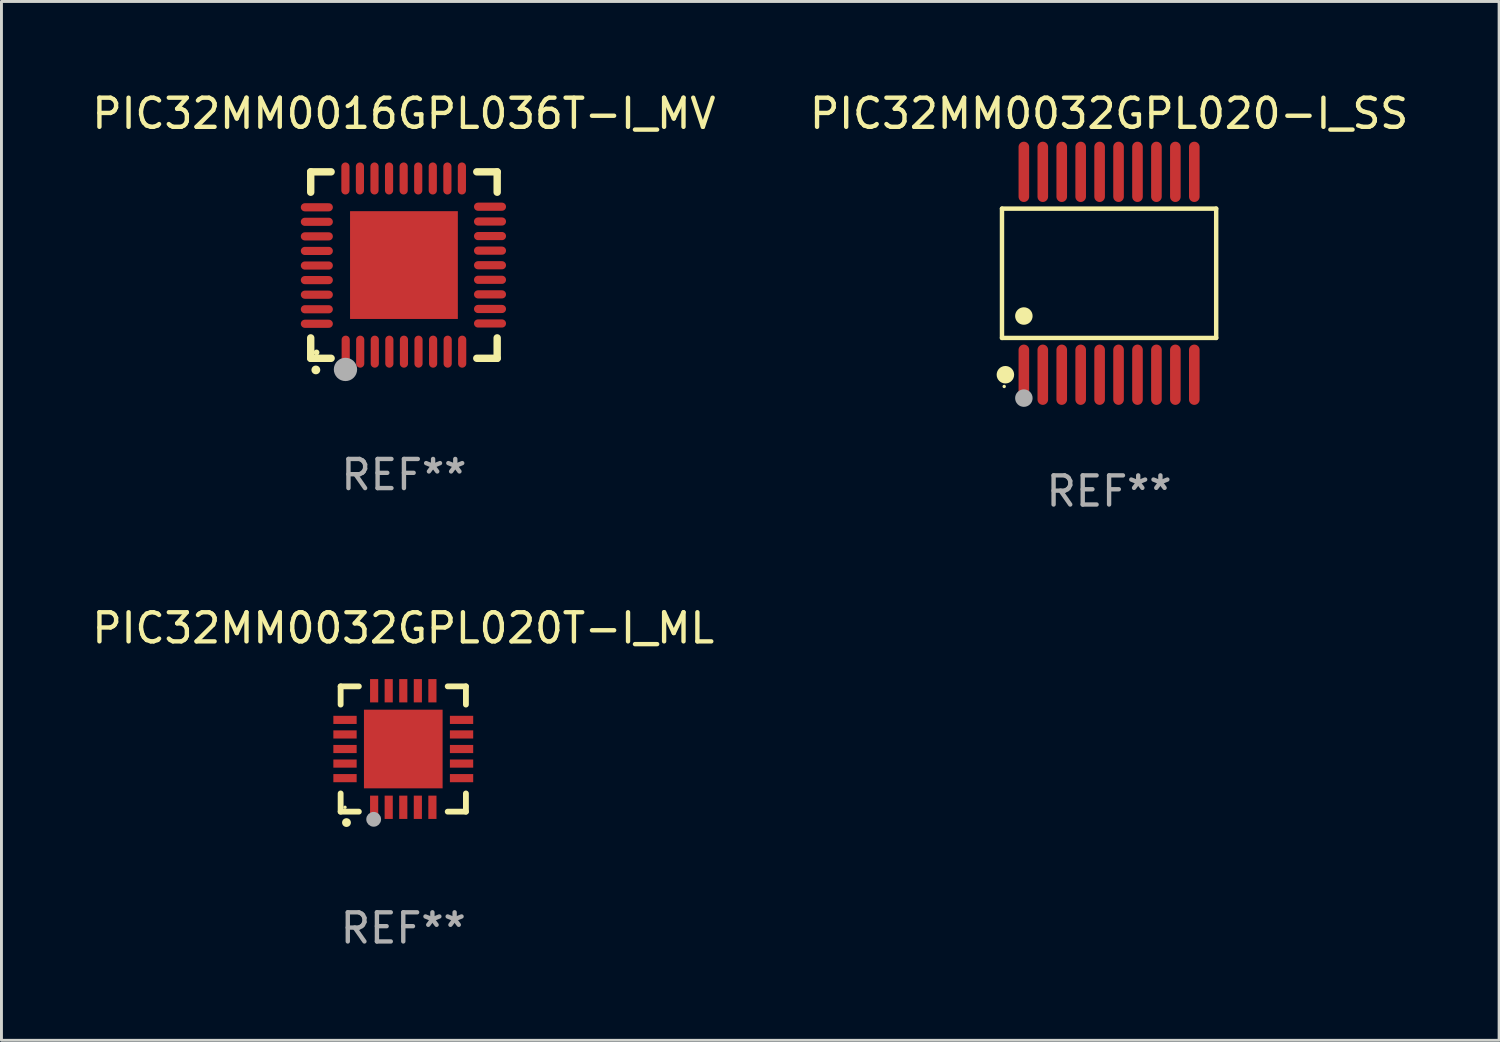
<source format=kicad_pcb>
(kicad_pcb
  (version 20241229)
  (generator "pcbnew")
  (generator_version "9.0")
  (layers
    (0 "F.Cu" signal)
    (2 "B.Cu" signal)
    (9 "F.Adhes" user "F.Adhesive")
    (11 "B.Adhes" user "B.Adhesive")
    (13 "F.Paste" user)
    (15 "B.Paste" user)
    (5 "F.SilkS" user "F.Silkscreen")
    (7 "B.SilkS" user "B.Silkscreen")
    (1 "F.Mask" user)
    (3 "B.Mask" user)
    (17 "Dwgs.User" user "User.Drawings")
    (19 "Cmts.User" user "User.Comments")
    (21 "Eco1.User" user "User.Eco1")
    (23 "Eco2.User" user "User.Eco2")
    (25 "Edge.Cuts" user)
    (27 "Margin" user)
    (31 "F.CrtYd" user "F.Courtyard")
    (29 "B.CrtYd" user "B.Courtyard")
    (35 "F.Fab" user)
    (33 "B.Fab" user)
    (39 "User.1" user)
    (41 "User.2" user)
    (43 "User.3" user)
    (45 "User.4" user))
  (footprint "PIC32MM0032GPL020-I_SS"
    (layer "F.Cu")
    (at 35.018 6.33)
    (property "Reference" "PIC32MM0032GPL020-I_SS" (at 0 -5.482 0) (layer "F.SilkS") (effects (font (size 1 1) (thickness 0.15))))
    (attr through_hole)
    (fp_line (start -3.676 -2.219) (end 3.676 -2.219) (stroke (width 0.152) (type solid)) (layer "F.SilkS"))
    (fp_line (start -3.676 2.219) (end -3.676 -2.219) (stroke (width 0.152) (type solid)) (layer "F.SilkS"))
    (fp_line (start 3.676 -2.219) (end 3.676 2.219) (stroke (width 0.152) (type solid)) (layer "F.SilkS"))
    (fp_line (start 3.676 2.219) (end -3.676 2.219) (stroke (width 0.152) (type solid)) (layer "F.SilkS"))
    (fp_circle (center -3.6 3.885) (end -3.57 3.885) (stroke (width 0.06) (type solid)) (fill no) (layer "F.SilkS"))
    (fp_circle (center -3.559 3.482) (end -3.409 3.482) (stroke (width 0.3) (type solid)) (fill no) (layer "F.SilkS"))
    (fp_circle (center -2.925 1.467) (end -2.775 1.467) (stroke (width 0.3) (type solid)) (fill no) (layer "F.SilkS"))
    (fp_circle (center -2.925 4.285) (end -2.775 4.285) (stroke (width 0.3) (type solid)) (fill no) (layer "F.Fab"))
    (fp_text user "REF**" (at 0 7.482 0) (layer "F.Fab") (effects (font (size 1 1) (thickness 0.15))))
    (pad "1" smd oval (at -2.925 3.482) (size 0.364 2.069) (layers "F.Cu" "F.Mask" "F.Paste"))
    (pad "2" smd oval (at -2.275 3.482) (size 0.364 2.069) (layers "F.Cu" "F.Mask" "F.Paste"))
    (pad "3" smd oval (at -1.625 3.482) (size 0.364 2.069) (layers "F.Cu" "F.Mask" "F.Paste"))
    (pad "4" smd oval (at -0.975 3.482) (size 0.364 2.069) (layers "F.Cu" "F.Mask" "F.Paste"))
    (pad "5" smd oval (at -0.325 3.482) (size 0.364 2.069) (layers "F.Cu" "F.Mask" "F.Paste"))
    (pad "6" smd oval (at 0.325 3.482) (size 0.364 2.069) (layers "F.Cu" "F.Mask" "F.Paste"))
    (pad "7" smd oval (at 0.975 3.482) (size 0.364 2.069) (layers "F.Cu" "F.Mask" "F.Paste"))
    (pad "8" smd oval (at 1.625 3.482) (size 0.364 2.069) (layers "F.Cu" "F.Mask" "F.Paste"))
    (pad "9" smd oval (at 2.275 3.482) (size 0.364 2.069) (layers "F.Cu" "F.Mask" "F.Paste"))
    (pad "10" smd oval (at 2.925 3.482) (size 0.364 2.069) (layers "F.Cu" "F.Mask" "F.Paste"))
    (pad "11" smd oval (at 2.925 -3.482) (size 0.364 2.069) (layers "F.Cu" "F.Mask" "F.Paste"))
    (pad "12" smd oval (at 2.275 -3.482) (size 0.364 2.069) (layers "F.Cu" "F.Mask" "F.Paste"))
    (pad "13" smd oval (at 1.625 -3.482) (size 0.364 2.069) (layers "F.Cu" "F.Mask" "F.Paste"))
    (pad "14" smd oval (at 0.975 -3.482) (size 0.364 2.069) (layers "F.Cu" "F.Mask" "F.Paste"))
    (pad "15" smd oval (at 0.325 -3.482) (size 0.364 2.069) (layers "F.Cu" "F.Mask" "F.Paste"))
    (pad "16" smd oval (at -0.325 -3.482) (size 0.364 2.069) (layers "F.Cu" "F.Mask" "F.Paste"))
    (pad "17" smd oval (at -0.975 -3.482) (size 0.364 2.069) (layers "F.Cu" "F.Mask" "F.Paste"))
    (pad "18" smd oval (at -1.625 -3.482) (size 0.364 2.069) (layers "F.Cu" "F.Mask" "F.Paste"))
    (pad "19" smd oval (at -2.275 -3.482) (size 0.364 2.069) (layers "F.Cu" "F.Mask" "F.Paste"))
    (pad "20" smd oval (at -2.925 -3.482) (size 0.364 2.069) (layers "F.Cu" "F.Mask" "F.Paste")))
  (footprint "PIC32MM0016GPL036T-I_MV"
    (layer "F.Cu")
    (at 10.815 6.048)
    (property "Reference" "PIC32MM0016GPL036T-I_MV" (at 0 -5.2 0) (layer "F.SilkS") (effects (font (size 1 1) (thickness 0.15))))
    (attr through_hole)
    (fp_line (start -3.2 -3.2) (end -2.5 -3.2) (stroke (width 0.254) (type solid)) (layer "F.SilkS"))
    (fp_line (start -3.2 -2.5) (end -3.2 -3.2) (stroke (width 0.254) (type solid)) (layer "F.SilkS"))
    (fp_line (start -3.2 3.2) (end -3.2 2.5) (stroke (width 0.254) (type solid)) (layer "F.SilkS"))
    (fp_line (start -2.5 3.2) (end -3.2 3.2) (stroke (width 0.254) (type solid)) (layer "F.SilkS"))
    (fp_line (start 3.2 -3.2) (end 2.5 -3.2) (stroke (width 0.254) (type solid)) (layer "F.SilkS"))
    (fp_line (start 3.2 -2.5) (end 3.2 -3.2) (stroke (width 0.254) (type solid)) (layer "F.SilkS"))
    (fp_line (start 3.2 2.5) (end 3.2 3.2) (stroke (width 0.254) (type solid)) (layer "F.SilkS"))
    (fp_line (start 3.2 3.2) (end 2.5 3.2) (stroke (width 0.254) (type solid)) (layer "F.SilkS"))
    (fp_arc (start -3.025146 3.599187) (mid -3.023876 3.599182) (end -3.022606 3.599187) (stroke (width 0.3) (type solid)) (layer "F.SilkS"))
    (fp_circle (center -3 3) (end -2.95 3) (stroke (width 0.1) (type solid)) (fill no) (layer "F.SilkS"))
    (fp_circle (center -2.007 3.582) (end -1.807 3.582) (stroke (width 0.4) (type solid)) (fill no) (layer "F.Fab"))
    (fp_text user "REF**" (at 0 7.2 0) (layer "F.Fab") (effects (font (size 1 1) (thickness 0.15))))
    (pad "1" smd oval (at -1.999 2.972) (size 0.28 1.1) (layers "F.Cu" "F.Mask" "F.Paste"))
    (pad "2" smd oval (at -1.501 2.972) (size 0.28 1.1) (layers "F.Cu" "F.Mask" "F.Paste"))
    (pad "3" smd oval (at -1.001 2.972) (size 0.28 1.1) (layers "F.Cu" "F.Mask" "F.Paste"))
    (pad "4" smd oval (at -0.501 2.972) (size 0.28 1.1) (layers "F.Cu" "F.Mask" "F.Paste"))
    (pad "5" smd oval (at 0.000102 2.972) (size 0.28 1.1) (layers "F.Cu" "F.Mask" "F.Paste"))
    (pad "6" smd oval (at 0.5 2.972) (size 0.28 1.1) (layers "F.Cu" "F.Mask" "F.Paste"))
    (pad "7" smd oval (at 1.001 2.972) (size 0.28 1.1) (layers "F.Cu" "F.Mask" "F.Paste"))
    (pad "8" smd oval (at 1.501 2.972) (size 0.28 1.1) (layers "F.Cu" "F.Mask" "F.Paste"))
    (pad "9" smd oval (at 1.999 2.972) (size 0.28 1.1) (layers "F.Cu" "F.Mask" "F.Paste"))
    (pad "10" smd oval (at 2.954 2.005) (size 1.1 0.28) (layers "F.Cu" "F.Mask" "F.Paste"))
    (pad "11" smd oval (at 2.954 1.507) (size 1.1 0.28) (layers "F.Cu" "F.Mask" "F.Paste"))
    (pad "12" smd oval (at 2.954 1.006) (size 1.1 0.28) (layers "F.Cu" "F.Mask" "F.Paste"))
    (pad "13" smd oval (at 2.954 0.506) (size 1.1 0.28) (layers "F.Cu" "F.Mask" "F.Paste"))
    (pad "14" smd oval (at 2.954 0.006) (size 1.1 0.28) (layers "F.Cu" "F.Mask" "F.Paste"))
    (pad "15" smd oval (at 2.954 -0.495) (size 1.1 0.28) (layers "F.Cu" "F.Mask" "F.Paste"))
    (pad "16" smd oval (at 2.954 -0.995) (size 1.1 0.28) (layers "F.Cu" "F.Mask" "F.Paste"))
    (pad "17" smd oval (at 2.954 -1.495) (size 1.1 0.28) (layers "F.Cu" "F.Mask" "F.Paste"))
    (pad "18" smd oval (at 2.954 -2.003) (size 1.1 0.28) (layers "F.Cu" "F.Mask" "F.Paste"))
    (pad "19" smd oval (at 1.989 -2.972) (size 0.28 1.1) (layers "F.Cu" "F.Mask" "F.Paste"))
    (pad "20" smd oval (at 1.491 -2.972) (size 0.28 1.1) (layers "F.Cu" "F.Mask" "F.Paste"))
    (pad "21" smd oval (at 0.99 -2.972) (size 0.28 1.1) (layers "F.Cu" "F.Mask" "F.Paste"))
    (pad "22" smd oval (at 0.49 -2.972) (size 0.28 1.1) (layers "F.Cu" "F.Mask" "F.Paste"))
    (pad "23" smd oval (at -0.01 -2.972) (size 0.28 1.1) (layers "F.Cu" "F.Mask" "F.Paste"))
    (pad "24" smd oval (at -0.511 -2.972) (size 0.28 1.1) (layers "F.Cu" "F.Mask" "F.Paste"))
    (pad "25" smd oval (at -1.011 -2.972) (size 0.28 1.1) (layers "F.Cu" "F.Mask" "F.Paste"))
    (pad "26" smd oval (at -1.511 -2.972) (size 0.28 1.1) (layers "F.Cu" "F.Mask" "F.Paste"))
    (pad "27" smd oval (at -2.009 -2.972) (size 0.28 1.1) (layers "F.Cu" "F.Mask" "F.Paste"))
    (pad "28" smd oval (at -2.99 -1.983) (size 1.1 0.28) (layers "F.Cu" "F.Mask" "F.Paste"))
    (pad "29" smd oval (at -2.99 -1.485) (size 1.1 0.28) (layers "F.Cu" "F.Mask" "F.Paste"))
    (pad "30" smd oval (at -2.99 -0.985) (size 1.1 0.28) (layers "F.Cu" "F.Mask" "F.Paste"))
    (pad "31" smd oval (at -2.99 -0.485) (size 1.1 0.28) (layers "F.Cu" "F.Mask" "F.Paste"))
    (pad "32" smd oval (at -2.99 0.016) (size 1.1 0.28) (layers "F.Cu" "F.Mask" "F.Paste"))
    (pad "33" smd oval (at -2.99 0.516) (size 1.1 0.28) (layers "F.Cu" "F.Mask" "F.Paste"))
    (pad "34" smd oval (at -2.99 1.017) (size 1.1 0.28) (layers "F.Cu" "F.Mask" "F.Paste"))
    (pad "35" smd oval (at -2.99 1.517) (size 1.1 0.28) (layers "F.Cu" "F.Mask" "F.Paste"))
    (pad "36" smd oval (at -2.99 2.015) (size 1.1 0.28) (layers "F.Cu" "F.Mask" "F.Paste"))
    (pad "37" smd rect (at 0.000102 0.000102) (size 3.7 3.7) (layers "F.Cu" "F.Mask" "F.Paste")))
  (footprint "PIC32MM0032GPL020T-I_ML"
    (layer "F.Cu")
    (at 10.792 22.659)
    (property "Reference" "PIC32MM0032GPL020T-I_ML" (at 0 -4.15 0) (layer "F.SilkS") (effects (font (size 1 1) (thickness 0.15))))
    (attr through_hole)
    (fp_line (start -2.15 -2.15) (end -2.15 -1.525) (stroke (width 0.2) (type solid)) (layer "F.SilkS"))
    (fp_line (start -2.15 2.15) (end -2.15 1.525) (stroke (width 0.2) (type solid)) (layer "F.SilkS"))
    (fp_line (start -1.525 -2.15) (end -2.15 -2.15) (stroke (width 0.2) (type solid)) (layer "F.SilkS"))
    (fp_line (start -1.525 2.15) (end -2.15 2.15) (stroke (width 0.2) (type solid)) (layer "F.SilkS"))
    (fp_line (start 1.525 2.15) (end 2.15 2.15) (stroke (width 0.2) (type solid)) (layer "F.SilkS"))
    (fp_line (start 2.15 -2.15) (end 1.525 -2.15) (stroke (width 0.2) (type solid)) (layer "F.SilkS"))
    (fp_line (start 2.15 -1.525) (end 2.15 -2.15) (stroke (width 0.2) (type solid)) (layer "F.SilkS"))
    (fp_line (start 2.15 2.15) (end 2.15 1.525) (stroke (width 0.2) (type solid)) (layer "F.SilkS"))
    (fp_arc (start -1.950724 2.524765) (mid -1.949454 2.52476) (end -1.948184 2.524765) (stroke (width 0.3) (type solid)) (layer "F.SilkS"))
    (fp_circle (center -2 2) (end -1.97 2) (stroke (width 0.06) (type solid)) (fill no) (layer "F.SilkS"))
    (fp_circle (center -1.016 2.413) (end -0.889 2.413) (stroke (width 0.254) (type solid)) (fill no) (layer "F.Fab"))
    (fp_text user "REF**" (at 0 6.15 0) (layer "F.Fab") (effects (font (size 1 1) (thickness 0.15))))
    (pad "1" smd rect (at -1 2) (size 0.28 0.8) (layers "F.Cu" "F.Mask" "F.Paste"))
    (pad "2" smd rect (at -0.5 2) (size 0.28 0.8) (layers "F.Cu" "F.Mask" "F.Paste"))
    (pad "3" smd rect (at 0 2) (size 0.28 0.8) (layers "F.Cu" "F.Mask" "F.Paste"))
    (pad "4" smd rect (at 0.5 2) (size 0.28 0.8) (layers "F.Cu" "F.Mask" "F.Paste"))
    (pad "5" smd rect (at 1 2) (size 0.28 0.8) (layers "F.Cu" "F.Mask" "F.Paste"))
    (pad "6" smd rect (at 2 1) (size 0.8 0.28) (layers "F.Cu" "F.Mask" "F.Paste"))
    (pad "7" smd rect (at 2 0.5) (size 0.8 0.28) (layers "F.Cu" "F.Mask" "F.Paste"))
    (pad "8" smd rect (at 2 0) (size 0.8 0.28) (layers "F.Cu" "F.Mask" "F.Paste"))
    (pad "9" smd rect (at 2 -0.5) (size 0.8 0.28) (layers "F.Cu" "F.Mask" "F.Paste"))
    (pad "10" smd rect (at 2 -1) (size 0.8 0.28) (layers "F.Cu" "F.Mask" "F.Paste"))
    (pad "11" smd rect (at 1 -2) (size 0.28 0.8) (layers "F.Cu" "F.Mask" "F.Paste"))
    (pad "12" smd rect (at 0.5 -2) (size 0.28 0.8) (layers "F.Cu" "F.Mask" "F.Paste"))
    (pad "13" smd rect (at 0 -2) (size 0.28 0.8) (layers "F.Cu" "F.Mask" "F.Paste"))
    (pad "14" smd rect (at -0.5 -2) (size 0.28 0.8) (layers "F.Cu" "F.Mask" "F.Paste"))
    (pad "15" smd rect (at -1 -2) (size 0.28 0.8) (layers "F.Cu" "F.Mask" "F.Paste"))
    (pad "16" smd rect (at -2 -1) (size 0.8 0.28) (layers "F.Cu" "F.Mask" "F.Paste"))
    (pad "17" smd rect (at -2 -0.5) (size 0.8 0.28) (layers "F.Cu" "F.Mask" "F.Paste"))
    (pad "18" smd rect (at -2 0) (size 0.8 0.28) (layers "F.Cu" "F.Mask" "F.Paste"))
    (pad "19" smd rect (at -2 0.5) (size 0.8 0.28) (layers "F.Cu" "F.Mask" "F.Paste"))
    (pad "20" smd rect (at -2 1) (size 0.8 0.28) (layers "F.Cu" "F.Mask" "F.Paste"))
    (pad "21" smd rect (at 0 0) (size 2.7 2.7) (layers "F.Cu" "F.Mask" "F.Paste")))
  (gr_rect
    (start -3 -3)
    (end 48.405 32.657)
    (stroke (width 0.1) (type default))
    (fill no)
    (layer "Edge.Cuts")))
</source>
